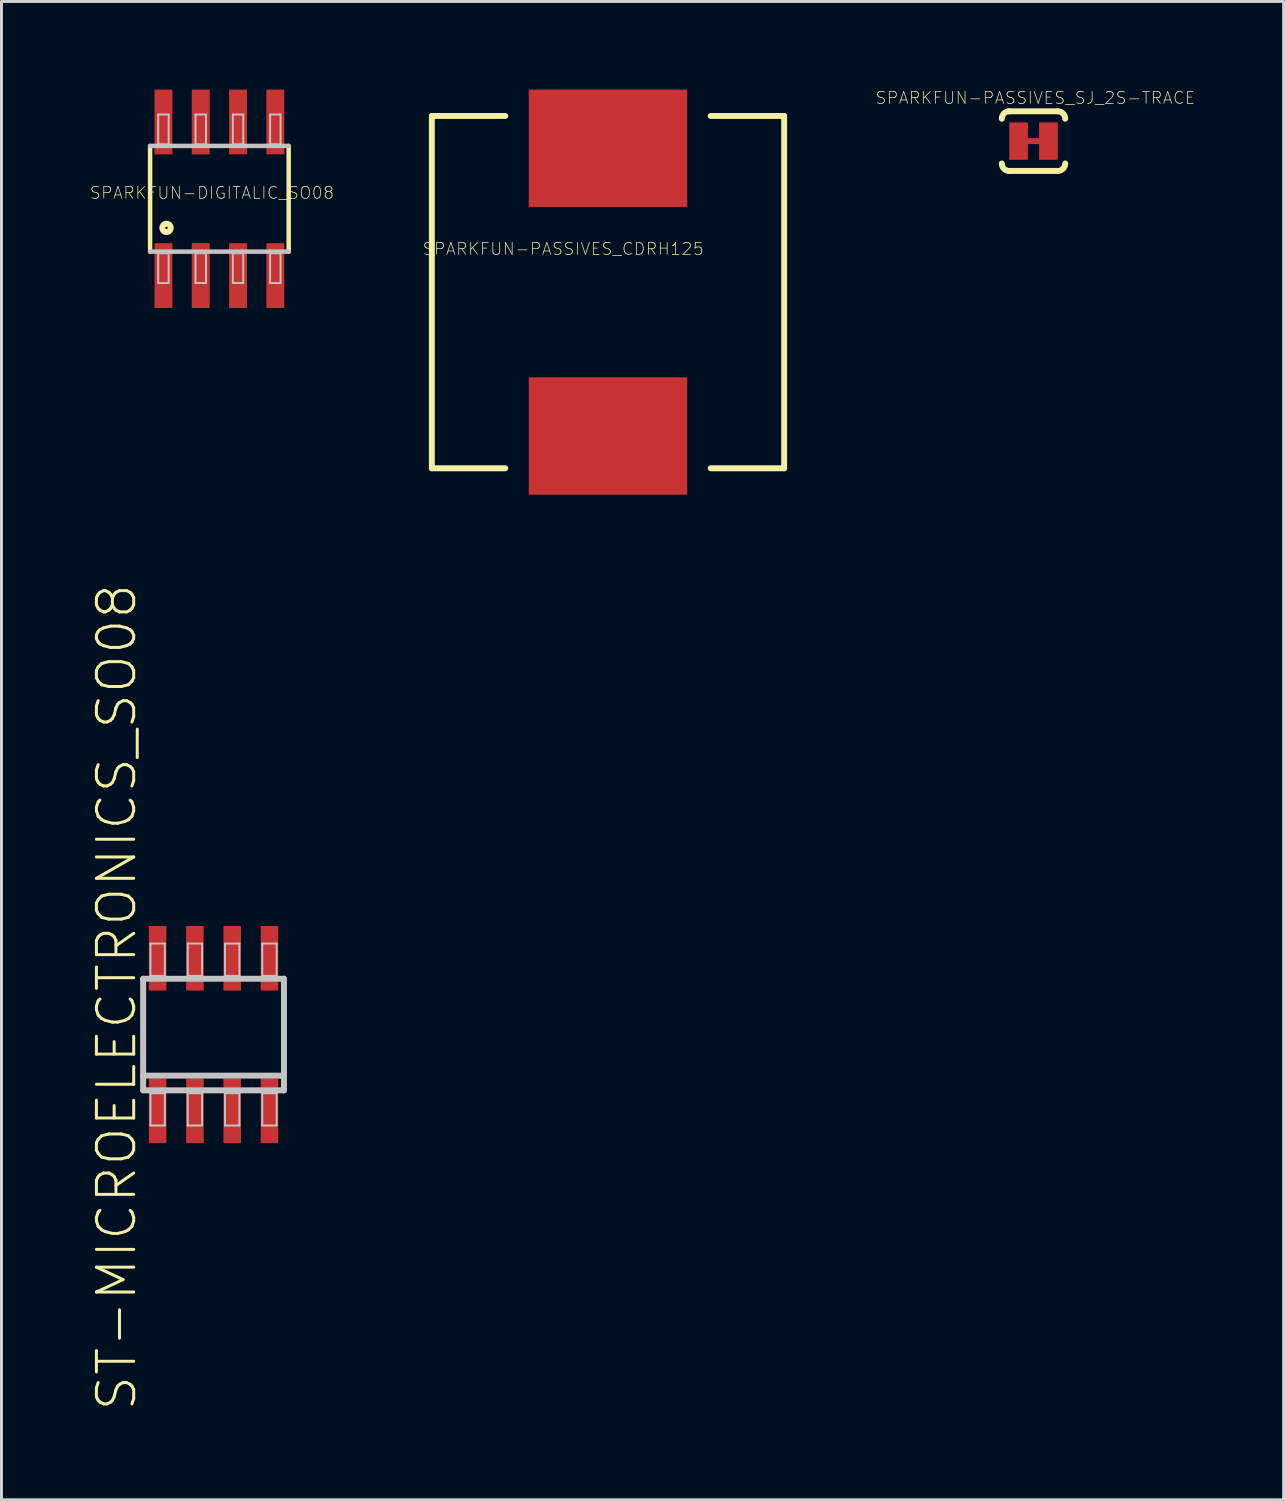
<source format=kicad_pcb>
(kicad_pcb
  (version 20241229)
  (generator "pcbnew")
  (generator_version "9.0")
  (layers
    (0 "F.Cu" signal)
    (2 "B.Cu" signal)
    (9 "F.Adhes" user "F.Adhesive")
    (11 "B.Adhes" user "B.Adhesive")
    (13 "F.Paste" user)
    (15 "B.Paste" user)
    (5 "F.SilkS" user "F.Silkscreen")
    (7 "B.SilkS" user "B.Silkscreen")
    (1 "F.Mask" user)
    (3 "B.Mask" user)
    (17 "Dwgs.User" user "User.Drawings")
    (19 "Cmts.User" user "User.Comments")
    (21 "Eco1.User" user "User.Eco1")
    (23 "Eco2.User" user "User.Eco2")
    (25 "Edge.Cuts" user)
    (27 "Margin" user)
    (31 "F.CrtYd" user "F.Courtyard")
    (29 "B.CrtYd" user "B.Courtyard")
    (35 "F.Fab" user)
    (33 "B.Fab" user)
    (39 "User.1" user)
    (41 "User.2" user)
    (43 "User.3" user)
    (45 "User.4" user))
  (footprint "SPARKFUN-DIGITALIC_SO08"
    (layer "F.Cu")
    (at 4.422 3.72)
    (property "Reference" "SPARKFUN-DIGITALIC_SO08" (at -0.254 -0.203 0) (layer "F.SilkS") (effects (font (size 0.406 0.406) (thickness 0.025))))
    (attr smd)
    (fp_line (start -2.36 -1.801) (end -2.36 1.801) (stroke (width 0.152) (type solid)) (layer "F.SilkS"))
    (fp_line (start 2.36 1.801) (end 2.36 -1.801) (stroke (width 0.152) (type solid)) (layer "F.SilkS"))
    (fp_circle (center -1.801 0.991) (end -1.801 0.848) (stroke (width 0.203) (type solid)) (fill no) (layer "F.SilkS"))
    (fp_line (start -2.36 1.801) (end 2.36 1.801) (stroke (width 0.152) (type solid)) (layer "Dwgs.User"))
    (fp_line (start -2.083 -2.87) (end -1.727 -2.87) (stroke (width 0.066) (type solid)) (layer "Dwgs.User"))
    (fp_line (start -2.083 -1.854) (end -2.083 -2.87) (stroke (width 0.066) (type solid)) (layer "Dwgs.User"))
    (fp_line (start -2.083 -1.854) (end -1.727 -1.854) (stroke (width 0.066) (type solid)) (layer "Dwgs.User"))
    (fp_line (start -2.083 1.854) (end -1.727 1.854) (stroke (width 0.066) (type solid)) (layer "Dwgs.User"))
    (fp_line (start -2.083 2.87) (end -2.083 1.854) (stroke (width 0.066) (type solid)) (layer "Dwgs.User"))
    (fp_line (start -2.083 2.87) (end -1.727 2.87) (stroke (width 0.066) (type solid)) (layer "Dwgs.User"))
    (fp_line (start -1.727 -1.854) (end -1.727 -2.87) (stroke (width 0.066) (type solid)) (layer "Dwgs.User"))
    (fp_line (start -1.727 2.87) (end -1.727 1.854) (stroke (width 0.066) (type solid)) (layer "Dwgs.User"))
    (fp_line (start -0.813 -2.87) (end -0.457 -2.87) (stroke (width 0.066) (type solid)) (layer "Dwgs.User"))
    (fp_line (start -0.813 -1.854) (end -0.813 -2.87) (stroke (width 0.066) (type solid)) (layer "Dwgs.User"))
    (fp_line (start -0.813 -1.854) (end -0.457 -1.854) (stroke (width 0.066) (type solid)) (layer "Dwgs.User"))
    (fp_line (start -0.813 1.854) (end -0.457 1.854) (stroke (width 0.066) (type solid)) (layer "Dwgs.User"))
    (fp_line (start -0.813 2.87) (end -0.813 1.854) (stroke (width 0.066) (type solid)) (layer "Dwgs.User"))
    (fp_line (start -0.813 2.87) (end -0.457 2.87) (stroke (width 0.066) (type solid)) (layer "Dwgs.User"))
    (fp_line (start -0.457 -1.854) (end -0.457 -2.87) (stroke (width 0.066) (type solid)) (layer "Dwgs.User"))
    (fp_line (start -0.457 2.87) (end -0.457 1.854) (stroke (width 0.066) (type solid)) (layer "Dwgs.User"))
    (fp_line (start 0.457 -2.87) (end 0.813 -2.87) (stroke (width 0.066) (type solid)) (layer "Dwgs.User"))
    (fp_line (start 0.457 -1.854) (end 0.457 -2.87) (stroke (width 0.066) (type solid)) (layer "Dwgs.User"))
    (fp_line (start 0.457 -1.854) (end 0.813 -1.854) (stroke (width 0.066) (type solid)) (layer "Dwgs.User"))
    (fp_line (start 0.457 1.854) (end 0.813 1.854) (stroke (width 0.066) (type solid)) (layer "Dwgs.User"))
    (fp_line (start 0.457 2.87) (end 0.457 1.854) (stroke (width 0.066) (type solid)) (layer "Dwgs.User"))
    (fp_line (start 0.457 2.87) (end 0.813 2.87) (stroke (width 0.066) (type solid)) (layer "Dwgs.User"))
    (fp_line (start 0.813 -1.854) (end 0.813 -2.87) (stroke (width 0.066) (type solid)) (layer "Dwgs.User"))
    (fp_line (start 0.813 2.87) (end 0.813 1.854) (stroke (width 0.066) (type solid)) (layer "Dwgs.User"))
    (fp_line (start 1.727 -2.87) (end 2.083 -2.87) (stroke (width 0.066) (type solid)) (layer "Dwgs.User"))
    (fp_line (start 1.727 -1.854) (end 1.727 -2.87) (stroke (width 0.066) (type solid)) (layer "Dwgs.User"))
    (fp_line (start 1.727 -1.854) (end 2.083 -1.854) (stroke (width 0.066) (type solid)) (layer "Dwgs.User"))
    (fp_line (start 1.727 1.854) (end 2.083 1.854) (stroke (width 0.066) (type solid)) (layer "Dwgs.User"))
    (fp_line (start 1.727 2.87) (end 1.727 1.854) (stroke (width 0.066) (type solid)) (layer "Dwgs.User"))
    (fp_line (start 1.727 2.87) (end 2.083 2.87) (stroke (width 0.066) (type solid)) (layer "Dwgs.User"))
    (fp_line (start 2.083 -1.854) (end 2.083 -2.87) (stroke (width 0.066) (type solid)) (layer "Dwgs.User"))
    (fp_line (start 2.083 2.87) (end 2.083 1.854) (stroke (width 0.066) (type solid)) (layer "Dwgs.User"))
    (fp_line (start 2.36 -1.801) (end -2.36 -1.801) (stroke (width 0.152) (type solid)) (layer "Dwgs.User"))
    (pad "1" smd rect (at -1.905 2.616) (size 0.61 2.207) (layers "F.Cu" "F.Mask" "F.Paste"))
    (pad "2" smd rect (at -0.635 2.616) (size 0.61 2.207) (layers "F.Cu" "F.Mask" "F.Paste"))
    (pad "3" smd rect (at 0.635 2.616) (size 0.61 2.207) (layers "F.Cu" "F.Mask" "F.Paste"))
    (pad "4" smd rect (at 1.905 2.616) (size 0.61 2.207) (layers "F.Cu" "F.Mask" "F.Paste"))
    (pad "5" smd rect (at 1.905 -2.616) (size 0.61 2.207) (layers "F.Cu" "F.Mask" "F.Paste"))
    (pad "6" smd rect (at 0.635 -2.616) (size 0.61 2.207) (layers "F.Cu" "F.Mask" "F.Paste"))
    (pad "7" smd rect (at -0.635 -2.616) (size 0.61 2.207) (layers "F.Cu" "F.Mask" "F.Paste"))
    (pad "8" smd rect (at -1.905 -2.616) (size 0.61 2.207) (layers "F.Cu" "F.Mask" "F.Paste")))
  (footprint "SPARKFUN-PASSIVES_SJ_2S-TRACE"
    (layer "F.Cu")
    (at 32.149 1.756)
    (property "Reference" "SPARKFUN-PASSIVES_SJ_2S-TRACE" (at 0.064 -1.473 0) (layer "F.SilkS") (effects (font (size 0.406 0.406) (thickness 0.025))))
    (attr smd)
    (fp_line (start -0.381 0) (end 0.381 0) (stroke (width 0.203) (type solid)) (layer "F.Cu"))
    (fp_line (start -0.826 -1.016) (end 0.826 -1.016) (stroke (width 0.203) (type solid)) (layer "F.SilkS"))
    (fp_line (start 0.826 1.016) (end -0.826 1.016) (stroke (width 0.203) (type solid)) (layer "F.SilkS"))
    (fp_arc (start -1.0795 -0.762) (mid -1.005105 -0.941605) (end -0.8255 -1.016) (stroke (width 0.2032) (type solid)) (layer "F.SilkS"))
    (fp_arc (start -0.8255 1.016) (mid -1.005105 0.941605) (end -1.0795 0.762) (stroke (width 0.2032) (type solid)) (layer "F.SilkS"))
    (fp_arc (start 0.8255 -1.016) (mid 1.005105 -0.941605) (end 1.0795 -0.762) (stroke (width 0.2032) (type solid)) (layer "F.SilkS"))
    (fp_arc (start 1.0795 0.762) (mid 1.005105 0.941605) (end 0.8255 1.016) (stroke (width 0.2032) (type solid)) (layer "F.SilkS"))
    (pad "1" smd rect (at -0.508 0) (size 0.635 1.27) (layers "F.Cu" "F.Mask" "F.Paste"))
    (pad "2" smd rect (at 0.508 0) (size 0.635 1.27) (layers "F.Cu" "F.Mask" "F.Paste")))
  (footprint "SPARKFUN-PASSIVES_CDRH125"
    (layer "F.Cu")
    (at 17.657 6.899)
    (property "Reference" "SPARKFUN-PASSIVES_CDRH125" (at -1.524 -1.473 0) (layer "F.SilkS") (effects (font (size 0.406 0.406) (thickness 0.025))))
    (attr smd)
    (fp_line (start -5.999 -5.999) (end -5.999 5.999) (stroke (width 0.203) (type solid)) (layer "F.SilkS"))
    (fp_line (start -5.999 5.999) (end -3.498 5.999) (stroke (width 0.203) (type solid)) (layer "F.SilkS"))
    (fp_line (start -3.498 -5.999) (end -5.999 -5.999) (stroke (width 0.203) (type solid)) (layer "F.SilkS"))
    (fp_line (start 3.498 5.999) (end 5.999 5.999) (stroke (width 0.203) (type solid)) (layer "F.SilkS"))
    (fp_line (start 5.999 -5.999) (end 3.498 -5.999) (stroke (width 0.203) (type solid)) (layer "F.SilkS"))
    (fp_line (start 5.999 5.999) (end 5.999 -5.999) (stroke (width 0.203) (type solid)) (layer "F.SilkS"))
    (pad "1" smd rect (at 0 -4.9) (size 5.397 3.998) (layers "F.Cu" "F.Mask" "F.Paste"))
    (pad "2" smd rect (at 0 4.9) (size 5.397 3.998) (layers "F.Cu" "F.Mask" "F.Paste")))
  (footprint "ST-MICROELECTRONICS_SO08"
    (layer "F.Cu")
    (at 4.223 32.184)
    (property "Reference" "ST-MICROELECTRONICS_SO08" (at -3.302 -1.27 90) (layer "F.SilkS") (effects (font (size 1.27 1.27) (thickness 0.102))))
    (attr smd)
    (fp_line (start -2.398 -1.9) (end 2.398 -1.9) (stroke (width 0.203) (type solid)) (layer "Dwgs.User"))
    (fp_line (start -2.398 1.4) (end -2.398 -1.9) (stroke (width 0.203) (type solid)) (layer "Dwgs.User"))
    (fp_line (start -2.398 1.9) (end -2.398 1.4) (stroke (width 0.203) (type solid)) (layer "Dwgs.User"))
    (fp_line (start -2.149 -3.099) (end -1.659 -3.099) (stroke (width 0.066) (type solid)) (layer "Dwgs.User"))
    (fp_line (start -2.149 -1.999) (end -2.149 -3.099) (stroke (width 0.066) (type solid)) (layer "Dwgs.User"))
    (fp_line (start -2.149 -1.999) (end -1.659 -1.999) (stroke (width 0.066) (type solid)) (layer "Dwgs.User"))
    (fp_line (start -2.149 1.999) (end -1.659 1.999) (stroke (width 0.066) (type solid)) (layer "Dwgs.User"))
    (fp_line (start -2.149 3.099) (end -2.149 1.999) (stroke (width 0.066) (type solid)) (layer "Dwgs.User"))
    (fp_line (start -2.149 3.099) (end -1.659 3.099) (stroke (width 0.066) (type solid)) (layer "Dwgs.User"))
    (fp_line (start -1.659 -1.999) (end -1.659 -3.099) (stroke (width 0.066) (type solid)) (layer "Dwgs.User"))
    (fp_line (start -1.659 3.099) (end -1.659 1.999) (stroke (width 0.066) (type solid)) (layer "Dwgs.User"))
    (fp_line (start -0.879 -3.099) (end -0.389 -3.099) (stroke (width 0.066) (type solid)) (layer "Dwgs.User"))
    (fp_line (start -0.879 -1.999) (end -0.879 -3.099) (stroke (width 0.066) (type solid)) (layer "Dwgs.User"))
    (fp_line (start -0.879 -1.999) (end -0.389 -1.999) (stroke (width 0.066) (type solid)) (layer "Dwgs.User"))
    (fp_line (start -0.879 1.999) (end -0.389 1.999) (stroke (width 0.066) (type solid)) (layer "Dwgs.User"))
    (fp_line (start -0.879 3.099) (end -0.879 1.999) (stroke (width 0.066) (type solid)) (layer "Dwgs.User"))
    (fp_line (start -0.879 3.099) (end -0.389 3.099) (stroke (width 0.066) (type solid)) (layer "Dwgs.User"))
    (fp_line (start -0.389 -1.999) (end -0.389 -3.099) (stroke (width 0.066) (type solid)) (layer "Dwgs.User"))
    (fp_line (start -0.389 3.099) (end -0.389 1.999) (stroke (width 0.066) (type solid)) (layer "Dwgs.User"))
    (fp_line (start 0.389 -3.099) (end 0.879 -3.099) (stroke (width 0.066) (type solid)) (layer "Dwgs.User"))
    (fp_line (start 0.389 -1.999) (end 0.389 -3.099) (stroke (width 0.066) (type solid)) (layer "Dwgs.User"))
    (fp_line (start 0.389 -1.999) (end 0.879 -1.999) (stroke (width 0.066) (type solid)) (layer "Dwgs.User"))
    (fp_line (start 0.389 1.999) (end 0.879 1.999) (stroke (width 0.066) (type solid)) (layer "Dwgs.User"))
    (fp_line (start 0.389 3.099) (end 0.389 1.999) (stroke (width 0.066) (type solid)) (layer "Dwgs.User"))
    (fp_line (start 0.389 3.099) (end 0.879 3.099) (stroke (width 0.066) (type solid)) (layer "Dwgs.User"))
    (fp_line (start 0.879 -1.999) (end 0.879 -3.099) (stroke (width 0.066) (type solid)) (layer "Dwgs.User"))
    (fp_line (start 0.879 3.099) (end 0.879 1.999) (stroke (width 0.066) (type solid)) (layer "Dwgs.User"))
    (fp_line (start 1.659 -3.099) (end 2.149 -3.099) (stroke (width 0.066) (type solid)) (layer "Dwgs.User"))
    (fp_line (start 1.659 -1.999) (end 1.659 -3.099) (stroke (width 0.066) (type solid)) (layer "Dwgs.User"))
    (fp_line (start 1.659 -1.999) (end 2.149 -1.999) (stroke (width 0.066) (type solid)) (layer "Dwgs.User"))
    (fp_line (start 1.659 1.999) (end 2.149 1.999) (stroke (width 0.066) (type solid)) (layer "Dwgs.User"))
    (fp_line (start 1.659 3.099) (end 1.659 1.999) (stroke (width 0.066) (type solid)) (layer "Dwgs.User"))
    (fp_line (start 1.659 3.099) (end 2.149 3.099) (stroke (width 0.066) (type solid)) (layer "Dwgs.User"))
    (fp_line (start 2.149 -1.999) (end 2.149 -3.099) (stroke (width 0.066) (type solid)) (layer "Dwgs.User"))
    (fp_line (start 2.149 3.099) (end 2.149 1.999) (stroke (width 0.066) (type solid)) (layer "Dwgs.User"))
    (fp_line (start 2.398 -1.9) (end 2.398 1.4) (stroke (width 0.203) (type solid)) (layer "Dwgs.User"))
    (fp_line (start 2.398 1.4) (end -2.398 1.4) (stroke (width 0.203) (type solid)) (layer "Dwgs.User"))
    (fp_line (start 2.398 1.4) (end 2.398 1.9) (stroke (width 0.203) (type solid)) (layer "Dwgs.User"))
    (fp_line (start 2.398 1.9) (end -2.398 1.9) (stroke (width 0.203) (type solid)) (layer "Dwgs.User"))
    (pad "1" smd rect (at -1.905 2.598) (size 0.599 2.2) (layers "F.Cu" "F.Mask" "F.Paste"))
    (pad "2" smd rect (at -0.635 2.598) (size 0.599 2.2) (layers "F.Cu" "F.Mask" "F.Paste"))
    (pad "3" smd rect (at 0.635 2.598) (size 0.599 2.2) (layers "F.Cu" "F.Mask" "F.Paste"))
    (pad "4" smd rect (at 1.905 2.598) (size 0.599 2.2) (layers "F.Cu" "F.Mask" "F.Paste"))
    (pad "5" smd rect (at 1.905 -2.598) (size 0.599 2.2) (layers "F.Cu" "F.Mask" "F.Paste"))
    (pad "6" smd rect (at 0.635 -2.598) (size 0.599 2.2) (layers "F.Cu" "F.Mask" "F.Paste"))
    (pad "7" smd rect (at -0.635 -2.598) (size 0.599 2.2) (layers "F.Cu" "F.Mask" "F.Paste"))
    (pad "8" smd rect (at -1.905 -2.598) (size 0.599 2.2) (layers "F.Cu" "F.Mask" "F.Paste")))
  (gr_rect
    (start -3 -3)
    (end 40.667 48.03)
    (stroke (width 0.1) (type default))
    (fill no)
    (layer "Edge.Cuts")))
</source>
